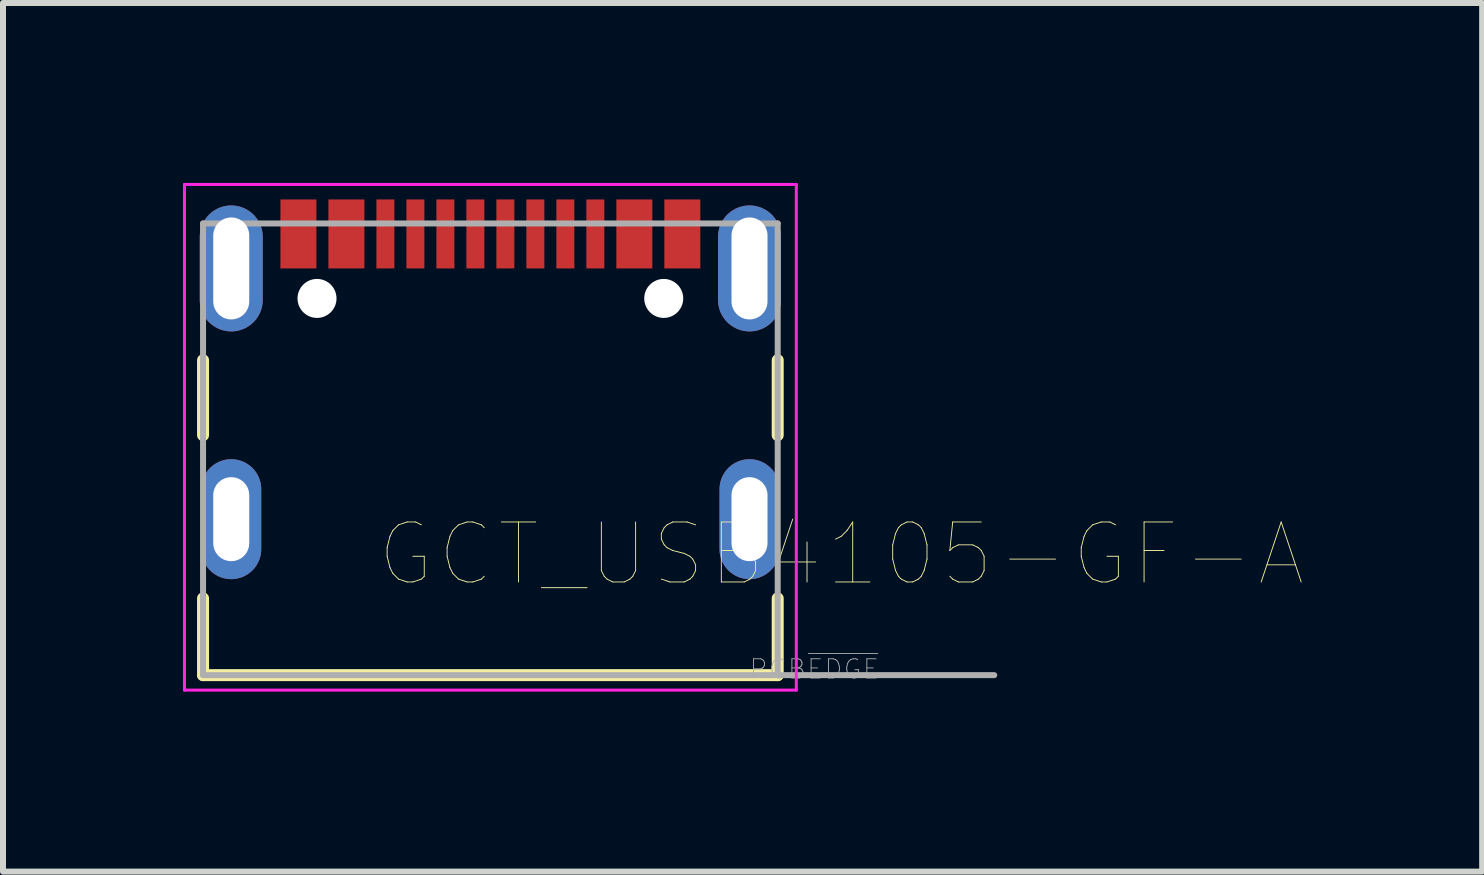
<source format=kicad_pcb>
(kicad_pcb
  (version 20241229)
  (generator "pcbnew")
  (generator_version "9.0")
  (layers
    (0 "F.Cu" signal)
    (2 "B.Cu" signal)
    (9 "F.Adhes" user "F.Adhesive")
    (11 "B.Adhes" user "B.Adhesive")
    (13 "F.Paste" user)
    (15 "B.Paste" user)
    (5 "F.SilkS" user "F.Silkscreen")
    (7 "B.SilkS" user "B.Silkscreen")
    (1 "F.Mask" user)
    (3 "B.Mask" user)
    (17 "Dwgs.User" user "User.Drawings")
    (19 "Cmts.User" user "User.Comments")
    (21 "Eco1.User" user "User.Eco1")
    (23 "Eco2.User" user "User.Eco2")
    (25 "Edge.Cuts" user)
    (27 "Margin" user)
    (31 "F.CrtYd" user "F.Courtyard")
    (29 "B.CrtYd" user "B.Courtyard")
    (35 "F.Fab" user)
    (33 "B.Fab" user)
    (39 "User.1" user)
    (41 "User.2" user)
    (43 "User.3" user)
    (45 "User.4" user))
  (footprint "GCT_USB4105-GF-A"
    (layer "F.Cu")
    (at 5.125 5.605)
    (property "Reference" "GCT_USB4105-GF-A" (at 5.85 0.585 180) (layer "F.SilkS") (effects (font (size 1 1) (thickness 0.015))))
    (attr through_hole)
    (fp_line (start -4.79 -2.65) (end -4.79 -1.4) (stroke (width 0.2) (type solid)) (layer "F.SilkS"))
    (fp_line (start -4.79 1.32) (end -4.79 2.6) (stroke (width 0.2) (type solid)) (layer "F.SilkS"))
    (fp_line (start -4.79 2.6) (end 4.79 2.6) (stroke (width 0.2) (type solid)) (layer "F.SilkS"))
    (fp_line (start 4.79 -2.65) (end 4.79 -1.4) (stroke (width 0.2) (type solid)) (layer "F.SilkS"))
    (fp_line (start 4.79 2.6) (end 4.79 1.32) (stroke (width 0.2) (type solid)) (layer "F.SilkS"))
    (fp_line (start -5.1 -5.58) (end -5.1 2.85) (stroke (width 0.05) (type solid)) (layer "F.CrtYd"))
    (fp_line (start -5.1 2.85) (end 5.1 2.85) (stroke (width 0.05) (type solid)) (layer "F.CrtYd"))
    (fp_line (start 5.1 -5.58) (end -5.1 -5.58) (stroke (width 0.05) (type solid)) (layer "F.CrtYd"))
    (fp_line (start 5.1 2.85) (end 5.1 -5.58) (stroke (width 0.05) (type solid)) (layer "F.CrtYd"))
    (fp_line (start -4.79 -4.93) (end 4.79 -4.93) (stroke (width 0.1) (type solid)) (layer "F.Fab"))
    (fp_line (start -4.79 2.6) (end -4.79 -4.93) (stroke (width 0.1) (type solid)) (layer "F.Fab"))
    (fp_line (start 4.79 -4.93) (end 4.79 2.6) (stroke (width 0.1) (type solid)) (layer "F.Fab"))
    (fp_line (start 4.79 2.6) (end -4.79 2.6) (stroke (width 0.1) (type solid)) (layer "F.Fab"))
    (fp_line (start 4.8 2.6) (end 8.4 2.6) (stroke (width 0.1) (type solid)) (layer "F.Fab"))
    (fp_text user "PCB~{EDGE}" (at 5.4 2.5 180) (layer "F.Fab") (effects (font (size 0.32 0.32) (thickness 0.015))))
    (pad "" np_thru_hole circle (at -2.89 -3.68) (size 0.65 0.65) (drill 0.65) (layers "*.Cu" "*.Mask"))
    (pad "" np_thru_hole circle (at 2.89 -3.68) (size 0.65 0.65) (drill 0.65) (layers "*.Cu" "*.Mask"))
    (pad "A1/B12" smd rect (at -3.2 -4.755) (size 0.6 1.15) (layers "F.Cu" "F.Mask" "F.Paste"))
    (pad "A4/B9" smd rect (at -2.4 -4.755) (size 0.6 1.15) (layers "F.Cu" "F.Mask" "F.Paste"))
    (pad "A5" smd rect (at -1.25 -4.755) (size 0.3 1.15) (layers "F.Cu" "F.Mask" "F.Paste"))
    (pad "A6" smd rect (at -0.25 -4.755) (size 0.3 1.15) (layers "F.Cu" "F.Mask" "F.Paste"))
    (pad "A7" smd rect (at 0.25 -4.755) (size 0.3 1.15) (layers "F.Cu" "F.Mask" "F.Paste"))
    (pad "A8" smd rect (at 1.25 -4.755) (size 0.3 1.15) (layers "F.Cu" "F.Mask" "F.Paste"))
    (pad "B1/A12" smd rect (at 3.2 -4.755) (size 0.6 1.15) (layers "F.Cu" "F.Mask" "F.Paste"))
    (pad "B4/A9" smd rect (at 2.4 -4.755) (size 0.6 1.15) (layers "F.Cu" "F.Mask" "F.Paste"))
    (pad "B5" smd rect (at 1.75 -4.755) (size 0.3 1.15) (layers "F.Cu" "F.Mask" "F.Paste"))
    (pad "B6" smd rect (at 0.75 -4.755) (size 0.3 1.15) (layers "F.Cu" "F.Mask" "F.Paste"))
    (pad "B7" smd rect (at -0.75 -4.755) (size 0.3 1.15) (layers "F.Cu" "F.Mask" "F.Paste"))
    (pad "B8" smd rect (at -1.75 -4.755) (size 0.3 1.15) (layers "F.Cu" "F.Mask" "F.Paste"))
    (pad "G1" thru_hole oval (at -4.32 0) (size 1 2) (drill oval 0.6 1.4) (layers "*.Cu" "*.Mask"))
    (pad "G2" thru_hole oval (at 4.32 0) (size 1 2) (drill oval 0.6 1.4) (layers "*.Cu" "*.Mask"))
    (pad "G3" thru_hole oval (at -4.32 -4.18) (size 1.05 2.1) (drill oval 0.6 1.7) (layers "*.Cu" "*.Mask"))
    (pad "G4" thru_hole oval (at 4.32 -4.18) (size 1.05 2.1) (drill oval 0.6 1.7) (layers "*.Cu" "*.Mask")))
  (gr_rect
    (start -3 -3)
    (end 21.659 11.48)
    (stroke (width 0.1) (type default))
    (fill no)
    (layer "Edge.Cuts")))
</source>
